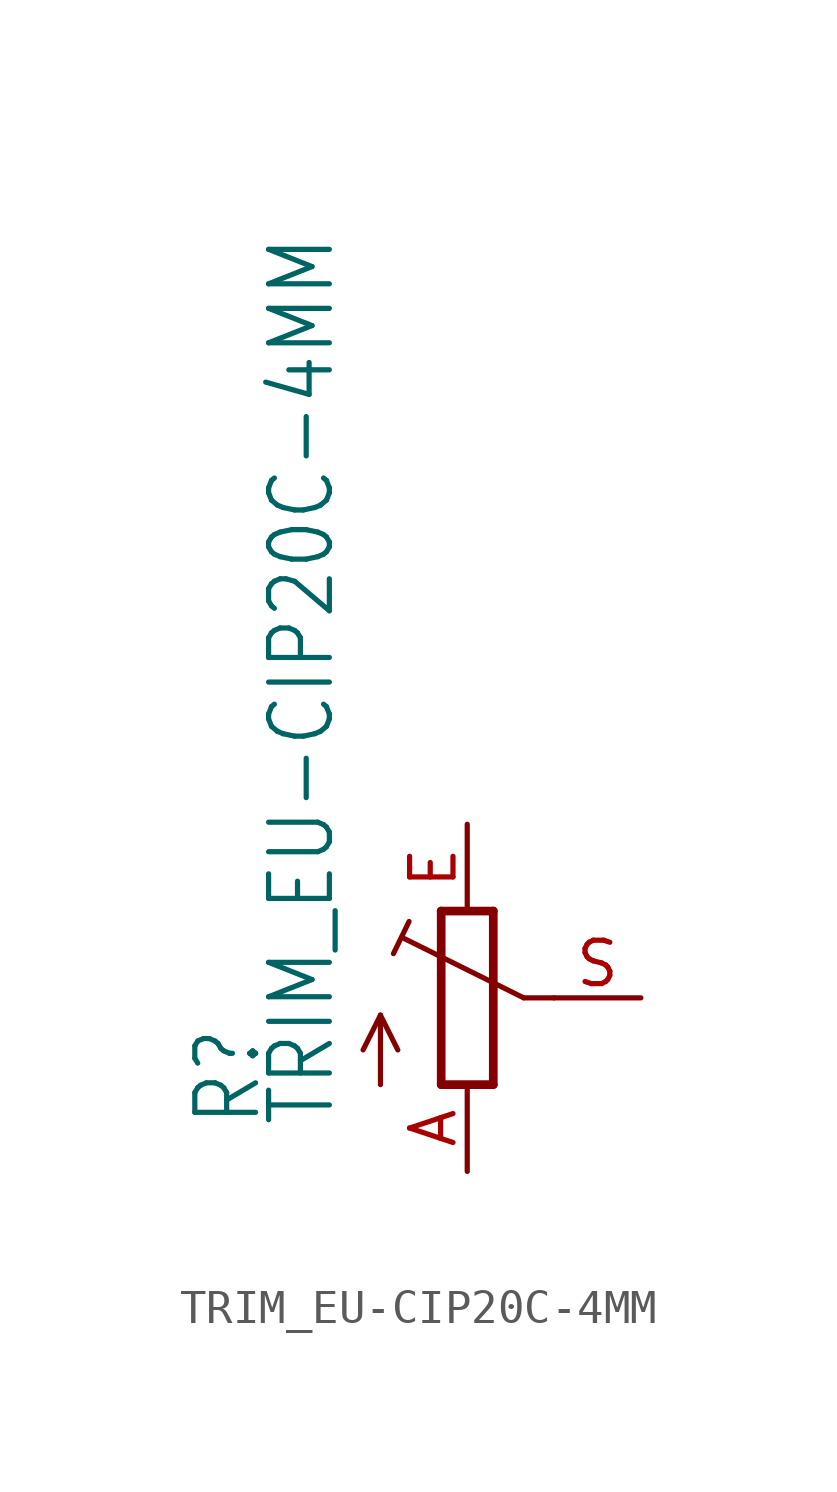
<source format=kicad_sym>
(kicad_symbol_lib
  (version 20211014)
  (generator kicad_symbol_editor)
  (symbol "TRIM_EU-CIP20C-4MM"
    (property "Reference" "R"
      (at -5.969 -3.81 90)
      (effects (font (size 1.778 1.511)) (justify left bottom)))
    (property "Value" "TRIM_EU-CIP20C-4MM"
      (at -3.81 -3.81 90)
      (effects (font (size 1.778 1.511)) (justify left bottom)))
    (property "ki_locked" ""
      (at 0 0 0)
      (effects (font (size 1.27 1.27))))
    (symbol "TRIM_EU-CIP20C-4MM_1_0"
      (polyline (pts (xy -2.54 -2.54) (xy -2.54 -0.508)) (stroke (width 0.152) (type default) (color 0 0 0 0)) (fill (type none)))
      (polyline (pts (xy -2.54 -0.508) (xy -3.048 -1.524)) (stroke (width 0.152) (type default) (color 0 0 0 0)) (fill (type none)))
      (polyline (pts (xy -2.54 -0.508) (xy -2.032 -1.524)) (stroke (width 0.152) (type default) (color 0 0 0 0)) (fill (type none)))
      (polyline (pts (xy -2.16 1.294) (xy -1.702 2.235)) (stroke (width 0.152) (type default) (color 0 0 0 0)) (fill (type none)))
      (polyline (pts (xy -0.762 -2.54) (xy 0.762 -2.54)) (stroke (width 0.254) (type default) (color 0 0 0 0)) (fill (type none)))
      (polyline (pts (xy -0.762 2.54) (xy -0.762 -2.54)) (stroke (width 0.254) (type default) (color 0 0 0 0)) (fill (type none)))
      (polyline (pts (xy 0.762 -2.54) (xy 0.762 2.54)) (stroke (width 0.254) (type default) (color 0 0 0 0)) (fill (type none)))
      (polyline (pts (xy 0.762 2.54) (xy -0.762 2.54)) (stroke (width 0.254) (type default) (color 0 0 0 0)) (fill (type none)))
      (polyline (pts (xy 1.651 0) (xy -1.88 1.753)) (stroke (width 0.152) (type default) (color 0 0 0 0)) (fill (type none)))
      (polyline (pts (xy 2.54 0) (xy 1.651 0)) (stroke (width 0.152) (type default) (color 0 0 0 0)) (fill (type none)))
      (pin passive line (at 0 -5.08 90) (length 2.54) (name "A" (effects (font (size 0 0)))) (number "A" (effects (font (size 1.27 1.27)))))
      (pin passive line (at 0 5.08 270) (length 2.54) (name "E" (effects (font (size 0 0)))) (number "E" (effects (font (size 1.27 1.27)))))
      (pin passive line (at 5.08 0 180) (length 2.54) (name "S" (effects (font (size 0 0)))) (number "S" (effects (font (size 1.27 1.27))))))))
</source>
